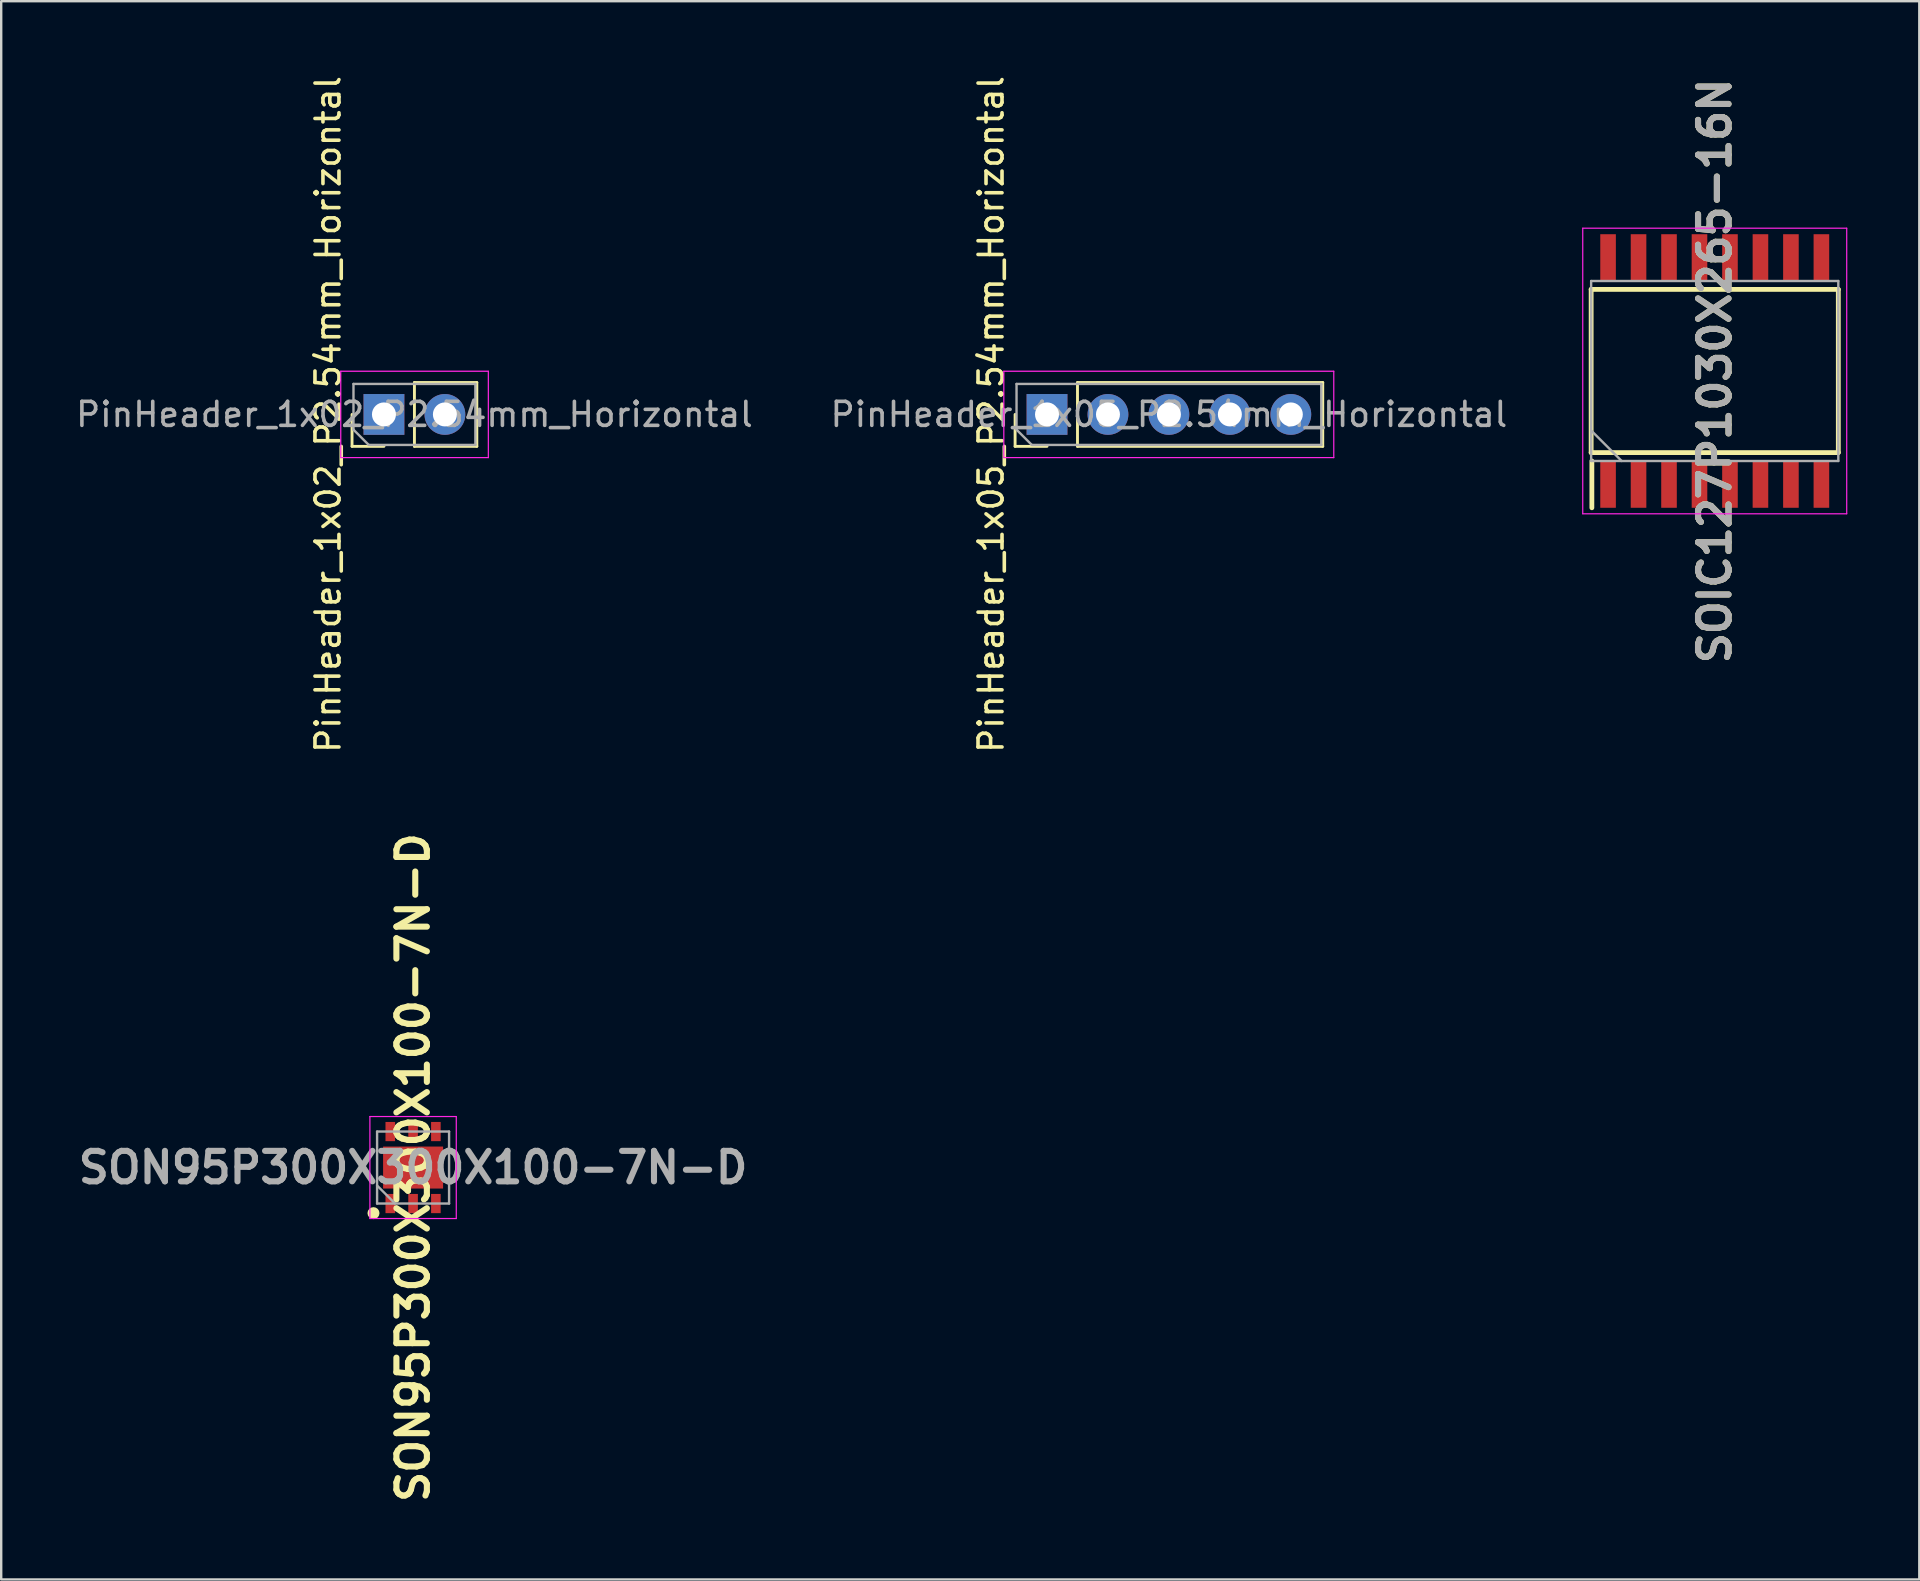
<source format=kicad_pcb>
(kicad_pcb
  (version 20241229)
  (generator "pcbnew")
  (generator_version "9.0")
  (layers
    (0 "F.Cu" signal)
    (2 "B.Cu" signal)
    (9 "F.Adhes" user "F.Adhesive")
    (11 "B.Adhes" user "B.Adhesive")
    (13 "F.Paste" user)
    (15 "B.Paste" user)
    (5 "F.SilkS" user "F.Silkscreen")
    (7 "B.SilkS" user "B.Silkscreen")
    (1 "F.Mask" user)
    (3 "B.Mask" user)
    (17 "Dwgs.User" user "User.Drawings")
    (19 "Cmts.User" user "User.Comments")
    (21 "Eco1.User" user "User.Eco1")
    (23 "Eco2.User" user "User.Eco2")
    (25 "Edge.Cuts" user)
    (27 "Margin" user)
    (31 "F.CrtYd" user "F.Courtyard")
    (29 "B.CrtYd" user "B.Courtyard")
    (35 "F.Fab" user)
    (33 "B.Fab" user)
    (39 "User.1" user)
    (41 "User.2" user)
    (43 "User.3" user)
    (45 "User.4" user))
  (footprint "PinHeader_1x05_P2.54mm_Horizontal"
    (layer "F.Cu")
    (at 40.581 14.22)
    (property "Reference" "PinHeader_1x05_P2.54mm_Horizontal" (at -2.33 0 90) (layer "F.SilkS") (effects (font (size 1 1) (thickness 0.15))))
    (attr through_hole)
    (fp_line (start -1.33 1.33) (end -1.33 0) (stroke (width 0.12) (type solid)) (layer "F.SilkS"))
    (fp_line (start 0 1.33) (end -1.33 1.33) (stroke (width 0.12) (type solid)) (layer "F.SilkS"))
    (fp_line (start 1.27 -1.33) (end 11.49 -1.33) (stroke (width 0.12) (type solid)) (layer "F.SilkS"))
    (fp_line (start 1.27 1.33) (end 1.27 -1.33) (stroke (width 0.12) (type solid)) (layer "F.SilkS"))
    (fp_line (start 1.27 1.33) (end 11.49 1.33) (stroke (width 0.12) (type solid)) (layer "F.SilkS"))
    (fp_line (start 11.49 1.33) (end 11.49 -1.33) (stroke (width 0.12) (type solid)) (layer "F.SilkS"))
    (fp_line (start -1.8 -1.8) (end -1.8 1.8) (stroke (width 0.05) (type solid)) (layer "F.CrtYd"))
    (fp_line (start -1.8 1.8) (end 11.95 1.8) (stroke (width 0.05) (type solid)) (layer "F.CrtYd"))
    (fp_line (start 11.95 -1.8) (end -1.8 -1.8) (stroke (width 0.05) (type solid)) (layer "F.CrtYd"))
    (fp_line (start 11.95 1.8) (end 11.95 -1.8) (stroke (width 0.05) (type solid)) (layer "F.CrtYd"))
    (fp_line (start -1.27 -1.27) (end 11.43 -1.27) (stroke (width 0.1) (type solid)) (layer "F.Fab"))
    (fp_line (start -1.27 0.635) (end -1.27 -1.27) (stroke (width 0.1) (type solid)) (layer "F.Fab"))
    (fp_line (start -0.635 1.27) (end -1.27 0.635) (stroke (width 0.1) (type solid)) (layer "F.Fab"))
    (fp_line (start 11.43 -1.27) (end 11.43 1.27) (stroke (width 0.1) (type solid)) (layer "F.Fab"))
    (fp_line (start 11.43 1.27) (end -0.635 1.27) (stroke (width 0.1) (type solid)) (layer "F.Fab"))
    (fp_text user "${REFERENCE}" (at 5.08 0 180) (layer "F.Fab") (effects (font (size 1 1) (thickness 0.15))))
    (pad "1" thru_hole rect (at 0 0 90) (size 1.7 1.7) (drill 1) (layers "*.Cu" "*.Mask"))
    (pad "2" thru_hole oval (at 2.54 0 90) (size 1.7 1.7) (drill 1) (layers "*.Cu" "*.Mask"))
    (pad "3" thru_hole oval (at 5.08 0 90) (size 1.7 1.7) (drill 1) (layers "*.Cu" "*.Mask"))
    (pad "4" thru_hole oval (at 7.62 0 90) (size 1.7 1.7) (drill 1) (layers "*.Cu" "*.Mask"))
    (pad "5" thru_hole oval (at 10.16 0 90) (size 1.7 1.7) (drill 1) (layers "*.Cu" "*.Mask")))
  (footprint "SON95P300X300X100-7N-D"
    (layer "F.Cu")
    (at 14.164 45.604)
    (property "Reference" "SON95P300X300X100-7N-D" (at 0 0 90) (layer "F.SilkS") (effects (font (size 1.27 1.27) (thickness 0.254))))
    (attr smd)
    (fp_circle (center -1.65 1.9) (end -1.525 1.9) (stroke (width 0.25) (type solid)) (fill no) (layer "F.SilkS"))
    (fp_line (start -1.8 -2.125) (end 1.8 -2.125) (stroke (width 0.05) (type solid)) (layer "F.CrtYd"))
    (fp_line (start -1.8 2.125) (end -1.8 -2.125) (stroke (width 0.05) (type solid)) (layer "F.CrtYd"))
    (fp_line (start 1.8 -2.125) (end 1.8 2.125) (stroke (width 0.05) (type solid)) (layer "F.CrtYd"))
    (fp_line (start 1.8 2.125) (end -1.8 2.125) (stroke (width 0.05) (type solid)) (layer "F.CrtYd"))
    (fp_line (start -1.5 -1.5) (end 1.5 -1.5) (stroke (width 0.1) (type solid)) (layer "F.Fab"))
    (fp_line (start -1.5 1.5) (end -1.5 -1.5) (stroke (width 0.1) (type solid)) (layer "F.Fab"))
    (fp_line (start -0.75 1.5) (end -1.5 0.75) (stroke (width 0.1) (type solid)) (layer "F.Fab"))
    (fp_line (start 1.5 -1.5) (end 1.5 1.5) (stroke (width 0.1) (type solid)) (layer "F.Fab"))
    (fp_line (start 1.5 1.5) (end -1.5 1.5) (stroke (width 0.1) (type solid)) (layer "F.Fab"))
    (fp_text user "${REFERENCE}" (at 0 0 0) (layer "F.Fab") (effects (font (size 1.27 1.27) (thickness 0.254))))
    (pad "1" smd rect (at -0.95 1.5 180) (size 0.4 0.8) (layers "F.Cu" "F.Mask" "F.Paste"))
    (pad "2" smd rect (at 0 1.5 180) (size 0.4 0.8) (layers "F.Cu" "F.Mask" "F.Paste"))
    (pad "3" smd rect (at 0.95 1.5 180) (size 0.4 0.8) (layers "F.Cu" "F.Mask" "F.Paste"))
    (pad "4" smd rect (at 0.95 -1.5 180) (size 0.4 0.8) (layers "F.Cu" "F.Mask" "F.Paste"))
    (pad "5" smd rect (at 0 -1.5 180) (size 0.4 0.8) (layers "F.Cu" "F.Mask" "F.Paste"))
    (pad "6" smd rect (at -0.95 -1.5 180) (size 0.4 0.8) (layers "F.Cu" "F.Mask" "F.Paste"))
    (pad "7" smd rect (at 0 0 90) (size 1.75 2.5) (layers "F.Cu" "F.Mask" "F.Paste")))
  (footprint "PinHeader_1x02_P2.54mm_Horizontal"
    (layer "F.Cu")
    (at 12.95 14.22)
    (property "Reference" "PinHeader_1x02_P2.54mm_Horizontal" (at -2.33 0 90) (layer "F.SilkS") (effects (font (size 1 1) (thickness 0.15))))
    (attr through_hole)
    (fp_line (start -1.33 1.33) (end -1.33 0) (stroke (width 0.12) (type solid)) (layer "F.SilkS"))
    (fp_line (start 0 1.33) (end -1.33 1.33) (stroke (width 0.12) (type solid)) (layer "F.SilkS"))
    (fp_line (start 1.27 -1.33) (end 3.87 -1.33) (stroke (width 0.12) (type solid)) (layer "F.SilkS"))
    (fp_line (start 1.27 1.33) (end 1.27 -1.33) (stroke (width 0.12) (type solid)) (layer "F.SilkS"))
    (fp_line (start 1.27 1.33) (end 3.87 1.33) (stroke (width 0.12) (type solid)) (layer "F.SilkS"))
    (fp_line (start 3.87 1.33) (end 3.87 -1.33) (stroke (width 0.12) (type solid)) (layer "F.SilkS"))
    (fp_line (start -1.8 -1.8) (end -1.8 1.8) (stroke (width 0.05) (type solid)) (layer "F.CrtYd"))
    (fp_line (start -1.8 1.8) (end 4.35 1.8) (stroke (width 0.05) (type solid)) (layer "F.CrtYd"))
    (fp_line (start 4.35 -1.8) (end -1.8 -1.8) (stroke (width 0.05) (type solid)) (layer "F.CrtYd"))
    (fp_line (start 4.35 1.8) (end 4.35 -1.8) (stroke (width 0.05) (type solid)) (layer "F.CrtYd"))
    (fp_line (start -1.27 -1.27) (end 3.81 -1.27) (stroke (width 0.1) (type solid)) (layer "F.Fab"))
    (fp_line (start -1.27 0.635) (end -1.27 -1.27) (stroke (width 0.1) (type solid)) (layer "F.Fab"))
    (fp_line (start -0.635 1.27) (end -1.27 0.635) (stroke (width 0.1) (type solid)) (layer "F.Fab"))
    (fp_line (start 3.81 -1.27) (end 3.81 1.27) (stroke (width 0.1) (type solid)) (layer "F.Fab"))
    (fp_line (start 3.81 1.27) (end -0.635 1.27) (stroke (width 0.1) (type solid)) (layer "F.Fab"))
    (fp_text user "${REFERENCE}" (at 1.27 0 180) (layer "F.Fab") (effects (font (size 1 1) (thickness 0.15))))
    (pad "1" thru_hole rect (at 0 0 90) (size 1.7 1.7) (drill 1) (layers "*.Cu" "*.Mask"))
    (pad "2" thru_hole oval (at 2.54 0 90) (size 1.7 1.7) (drill 1) (layers "*.Cu" "*.Mask")))
  (footprint "SOIC127P1030X265-16N"
    (layer "F.Cu")
    (at 68.406 12.41)
    (property "Reference" "SOIC127P1030X265-16N" (at 0 0 90) (layer "F.SilkS") (effects (font (size 1.27 1.27) (thickness 0.254))))
    (attr smd)
    (fp_line (start -5.15 -3.4) (end 5.15 -3.4) (stroke (width 0.2) (type solid)) (layer "F.SilkS"))
    (fp_line (start -5.15 3.4) (end -5.15 -3.4) (stroke (width 0.2) (type solid)) (layer "F.SilkS"))
    (fp_line (start -5.12 5.7) (end -5.12 3.75) (stroke (width 0.2) (type solid)) (layer "F.SilkS"))
    (fp_line (start 5.15 -3.4) (end 5.15 3.4) (stroke (width 0.2) (type solid)) (layer "F.SilkS"))
    (fp_line (start 5.15 3.4) (end -5.15 3.4) (stroke (width 0.2) (type solid)) (layer "F.SilkS"))
    (fp_line (start -5.5 -5.95) (end 5.5 -5.95) (stroke (width 0.05) (type solid)) (layer "F.CrtYd"))
    (fp_line (start -5.5 5.95) (end -5.5 -5.95) (stroke (width 0.05) (type solid)) (layer "F.CrtYd"))
    (fp_line (start 5.5 -5.95) (end 5.5 5.95) (stroke (width 0.05) (type solid)) (layer "F.CrtYd"))
    (fp_line (start 5.5 5.95) (end -5.5 5.95) (stroke (width 0.05) (type solid)) (layer "F.CrtYd"))
    (fp_line (start -5.15 -3.75) (end 5.15 -3.75) (stroke (width 0.1) (type solid)) (layer "F.Fab"))
    (fp_line (start -5.15 3.75) (end -5.15 -3.75) (stroke (width 0.1) (type solid)) (layer "F.Fab"))
    (fp_line (start -3.88 3.75) (end -5.15 2.48) (stroke (width 0.1) (type solid)) (layer "F.Fab"))
    (fp_line (start 5.15 -3.75) (end 5.15 3.75) (stroke (width 0.1) (type solid)) (layer "F.Fab"))
    (fp_line (start 5.15 3.75) (end -5.15 3.75) (stroke (width 0.1) (type solid)) (layer "F.Fab"))
    (fp_text user "${REFERENCE}" (at 0 0 90) (layer "F.Fab") (effects (font (size 1.27 1.27) (thickness 0.254))))
    (pad "1" smd rect (at -4.445 4.725 180) (size 0.65 1.95) (layers "F.Cu" "F.Mask" "F.Paste"))
    (pad "2" smd rect (at -3.175 4.725 180) (size 0.65 1.95) (layers "F.Cu" "F.Mask" "F.Paste"))
    (pad "3" smd rect (at -1.905 4.725 180) (size 0.65 1.95) (layers "F.Cu" "F.Mask" "F.Paste"))
    (pad "4" smd rect (at -0.635 4.725 180) (size 0.65 1.95) (layers "F.Cu" "F.Mask" "F.Paste"))
    (pad "5" smd rect (at 0.635 4.725 180) (size 0.65 1.95) (layers "F.Cu" "F.Mask" "F.Paste"))
    (pad "6" smd rect (at 1.905 4.725 180) (size 0.65 1.95) (layers "F.Cu" "F.Mask" "F.Paste"))
    (pad "7" smd rect (at 3.175 4.725 180) (size 0.65 1.95) (layers "F.Cu" "F.Mask" "F.Paste"))
    (pad "8" smd rect (at 4.445 4.725 180) (size 0.65 1.95) (layers "F.Cu" "F.Mask" "F.Paste"))
    (pad "9" smd rect (at 4.445 -4.725 180) (size 0.65 1.95) (layers "F.Cu" "F.Mask" "F.Paste"))
    (pad "10" smd rect (at 3.175 -4.725 180) (size 0.65 1.95) (layers "F.Cu" "F.Mask" "F.Paste"))
    (pad "11" smd rect (at 1.905 -4.725 180) (size 0.65 1.95) (layers "F.Cu" "F.Mask" "F.Paste"))
    (pad "12" smd rect (at 0.635 -4.725 180) (size 0.65 1.95) (layers "F.Cu" "F.Mask" "F.Paste"))
    (pad "13" smd rect (at -0.635 -4.725 180) (size 0.65 1.95) (layers "F.Cu" "F.Mask" "F.Paste"))
    (pad "14" smd rect (at -1.905 -4.725 180) (size 0.65 1.95) (layers "F.Cu" "F.Mask" "F.Paste"))
    (pad "15" smd rect (at -3.175 -4.725 180) (size 0.65 1.95) (layers "F.Cu" "F.Mask" "F.Paste"))
    (pad "16" smd rect (at -4.445 -4.725 180) (size 0.65 1.95) (layers "F.Cu" "F.Mask" "F.Paste")))
  (gr_rect
    (start -3 -3)
    (end 76.931 62.768)
    (stroke (width 0.1) (type default))
    (fill no)
    (layer "Edge.Cuts")))
</source>
